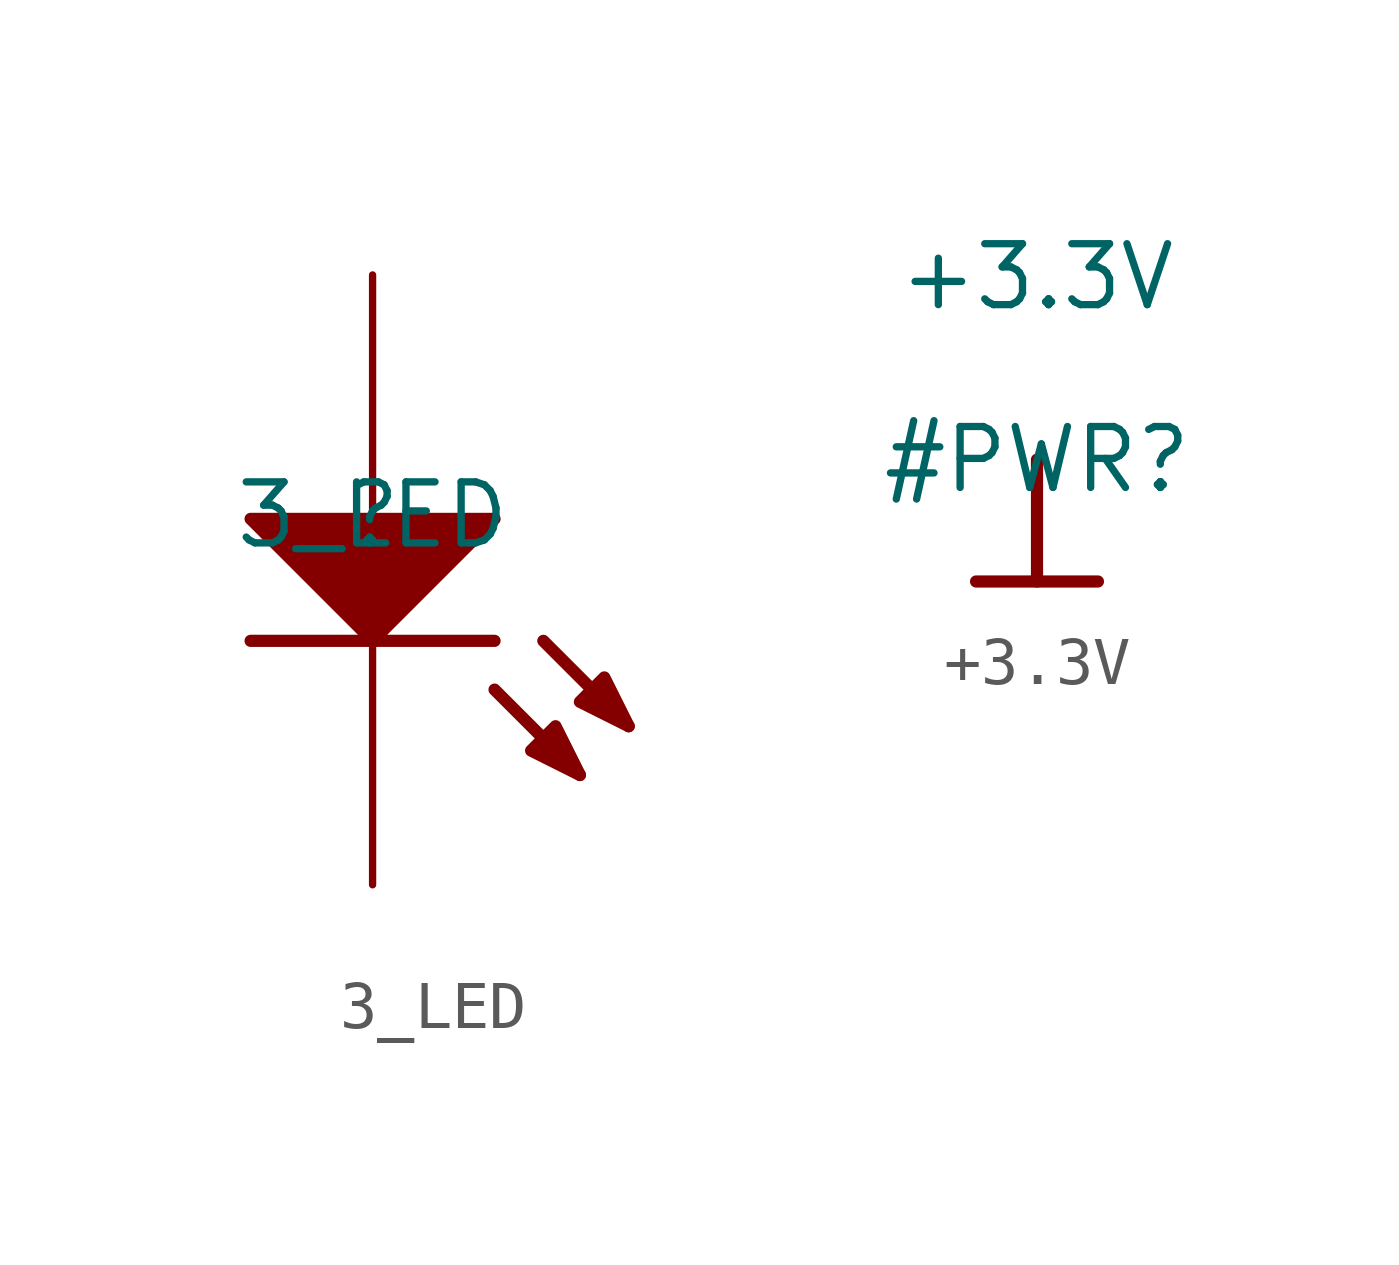
<source format=kicad_sym>
(kicad_symbol_lib
  (version 20211014)
  (generator kicad_symbol_editor)
  (symbol "3_LED"
    (property "Reference" ""
      (at 0 0 0)
      (effects (font (size 1.27 1.27))))
    (property "Value" "3_LED"
      (at 0 0 0)
      (effects (font (size 1.27 1.27))))
    (symbol "3_LED_1_0"
      (polyline (pts (xy 2.54 -3.636) (xy 4.318 -5.414)) (stroke (width 0.254) (type default) (color 0 0 0 0)) (fill (type none)))
      (polyline (pts (xy 2.54 -2.62) (xy -2.54 -2.62)) (stroke (width 0.254) (type default) (color 0 0 0 0)) (fill (type none)))
      (polyline (pts (xy 3.556 -2.62) (xy 5.334 -4.398)) (stroke (width 0.254) (type default) (color 0 0 0 0)) (fill (type none)))
      (polyline (pts (xy -2.54 -0.08) (xy 0 -2.62) (xy 2.54 -0.08) (xy -2.54 -0.08)) (stroke (width 0.254) (type default) (color 0 0 0 0)) (fill (type outline)))
      (polyline (pts (xy 4.318 -5.414) (xy 3.81 -4.398) (xy 3.302 -4.906) (xy 4.318 -5.414)) (stroke (width 0.254) (type default) (color 0 0 0 0)) (fill (type outline)))
      (polyline (pts (xy 5.334 -4.398) (xy 4.826 -3.382) (xy 4.318 -3.89) (xy 5.334 -4.398)) (stroke (width 0.254) (type default) (color 0 0 0 0)) (fill (type outline)))
      (pin passive line (at 0 5 270) (length 5.08) (name "A" (effects (font (size 0 0)))) (number "1" (effects (font (size 0 0)))))
      (pin passive line (at 0 -7.7 90) (length 5.08) (name "K" (effects (font (size 0 0)))) (number "2" (effects (font (size 0 0)))))))
  (symbol "+3.3V"
    (power)
    (property "Reference" "#PWR"
      (at 0 0 0)
      (effects (font (size 1.27 1.27))))
    (property "Value" "+3.3V"
      (at 0 3.81 0)
      (effects (font (size 1.27 1.27))))
    (symbol "+3.3V_0_0"
      (polyline (pts (xy -1.27 -2.54) (xy 1.27 -2.54)) (stroke (width 0.254) (type default) (color 0 0 0 0)) (fill (type none)))
      (polyline (pts (xy 0 0) (xy 0 -2.54)) (stroke (width 0.254) (type default) (color 0 0 0 0)) (fill (type none)))
      (pin power_in line (at 0 0 0) (length 0) hide (name "+3.3V" (effects (font (size 1.27 1.27)))) (number "" (effects (font (size 1.27 1.27))))))))
</source>
